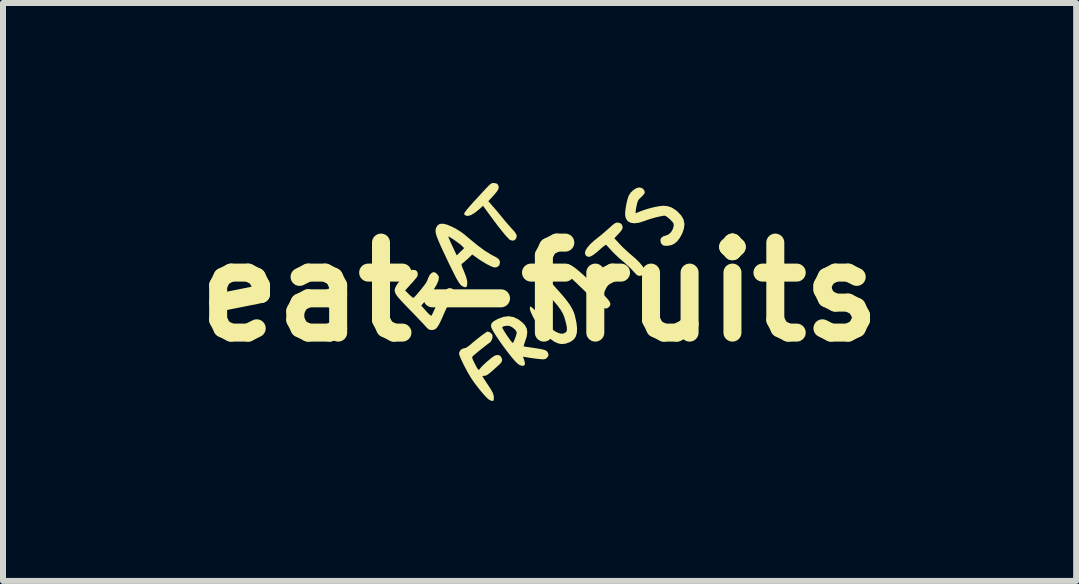
<source format=kicad_pcb>
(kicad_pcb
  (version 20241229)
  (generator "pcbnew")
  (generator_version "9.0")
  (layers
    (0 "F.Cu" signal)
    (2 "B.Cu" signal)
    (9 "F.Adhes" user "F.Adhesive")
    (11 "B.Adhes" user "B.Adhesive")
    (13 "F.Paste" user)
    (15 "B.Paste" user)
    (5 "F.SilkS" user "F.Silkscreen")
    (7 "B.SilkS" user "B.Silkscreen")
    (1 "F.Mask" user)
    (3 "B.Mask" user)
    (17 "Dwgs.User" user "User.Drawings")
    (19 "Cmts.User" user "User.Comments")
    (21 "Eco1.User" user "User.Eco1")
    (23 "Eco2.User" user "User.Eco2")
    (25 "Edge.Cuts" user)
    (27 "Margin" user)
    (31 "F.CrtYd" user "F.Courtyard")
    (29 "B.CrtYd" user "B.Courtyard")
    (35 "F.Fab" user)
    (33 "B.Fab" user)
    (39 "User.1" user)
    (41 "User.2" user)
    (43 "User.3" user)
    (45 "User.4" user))
  (footprint "eat-fruits"
    (layer "F.Cu")
    (at 5.943 1.815)
    (property "Reference" "eat-fruits" (at 0 0 0) (layer "F.SilkS") (effects (font (size 1.5 1.5) (thickness 0.3))))
    (attr board_only exclude_from_pos_files exclude_from_bom)
    (fp_poly (pts (xy 0.507 -0.451) (xy 0.545 -0.431) (xy 0.594 -0.397) (xy 0.655 -0.348) (xy 0.729 -0.283) (xy 0.817 -0.2) (xy 0.921 -0.1) (xy 0.932 -0.089) (xy 1.011 -0.011) (xy 1.073 0.052) (xy 1.119 0.102) (xy 1.152 0.141) (xy 1.171 0.172) (xy 1.18 0.197) (xy 1.178 0.218) (xy 1.168 0.237) (xy 1.156 0.252) (xy 1.123 0.275) (xy 1.087 0.276) (xy 1.044 0.256) (xy 1.007 0.226) (xy 0.979 0.201) (xy 0.937 0.162) (xy 0.885 0.112) (xy 0.826 0.055) (xy 0.763 -0.005) (xy 0.749 -0.018) (xy 0.685 -0.08) (xy 0.623 -0.139) (xy 0.566 -0.193) (xy 0.518 -0.238) (xy 0.484 -0.269) (xy 0.479 -0.273) (xy 0.441 -0.309) (xy 0.419 -0.335) (xy 0.409 -0.358) (xy 0.407 -0.382) (xy 0.413 -0.425) (xy 0.434 -0.449) (xy 0.473 -0.457) (xy 0.478 -0.457)) (stroke (width 0) (type solid)) (fill yes) (layer "F.SilkS"))
    (fp_poly (pts (xy -0.759 -1.815) (xy -0.756 -1.814) (xy -0.72 -1.808) (xy -0.698 -1.792) (xy -0.689 -1.776) (xy -0.681 -1.749) (xy -0.685 -1.72) (xy -0.703 -1.685) (xy -0.737 -1.641) (xy -0.783 -1.589) (xy -0.855 -1.512) (xy -0.779 -1.426) (xy -0.736 -1.376) (xy -0.685 -1.316) (xy -0.637 -1.257) (xy -0.622 -1.239) (xy -0.576 -1.183) (xy -0.524 -1.122) (xy -0.475 -1.067) (xy -0.461 -1.052) (xy -0.419 -1.005) (xy -0.394 -0.969) (xy -0.382 -0.942) (xy -0.381 -0.93) (xy -0.391 -0.889) (xy -0.417 -0.862) (xy -0.453 -0.854) (xy -0.492 -0.866) (xy -0.503 -0.874) (xy -0.535 -0.906) (xy -0.581 -0.957) (xy -0.636 -1.025) (xy -0.701 -1.107) (xy -0.772 -1.202) (xy -0.806 -1.248) (xy -0.943 -1.435) (xy -1.015 -1.37) (xy -1.084 -1.315) (xy -1.144 -1.28) (xy -1.194 -1.266) (xy -1.225 -1.27) (xy -1.249 -1.284) (xy -1.258 -1.298) (xy -1.254 -1.311) (xy -1.242 -1.332) (xy -1.219 -1.363) (xy -1.185 -1.404) (xy -1.137 -1.459) (xy -1.075 -1.528) (xy -0.998 -1.611) (xy -0.936 -1.678) (xy -0.889 -1.729) (xy -0.853 -1.766) (xy -0.827 -1.79) (xy -0.807 -1.805) (xy -0.791 -1.813) (xy -0.776 -1.815)) (stroke (width 0) (type solid)) (fill yes) (layer "F.SilkS"))
    (fp_poly (pts (xy 1.345 -1.146) (xy 1.375 -1.117) (xy 1.385 -1.075) (xy 1.378 -1.047) (xy 1.354 -1.011) (xy 1.315 -0.967) (xy 1.246 -0.894) (xy 1.333 -0.8) (xy 1.385 -0.746) (xy 1.447 -0.688) (xy 1.506 -0.635) (xy 1.52 -0.623) (xy 1.601 -0.554) (xy 1.666 -0.489) (xy 1.714 -0.432) (xy 1.744 -0.385) (xy 1.753 -0.35) (xy 1.743 -0.306) (xy 1.713 -0.277) (xy 1.668 -0.267) (xy 1.645 -0.27) (xy 1.621 -0.283) (xy 1.593 -0.31) (xy 1.561 -0.345) (xy 1.522 -0.387) (xy 1.47 -0.437) (xy 1.414 -0.488) (xy 1.379 -0.518) (xy 1.323 -0.566) (xy 1.266 -0.619) (xy 1.215 -0.67) (xy 1.191 -0.697) (xy 1.156 -0.735) (xy 1.128 -0.765) (xy 1.11 -0.783) (xy 1.107 -0.785) (xy 1.093 -0.779) (xy 1.066 -0.759) (xy 1.031 -0.729) (xy 1.015 -0.715) (xy 0.948 -0.657) (xy 0.895 -0.616) (xy 0.854 -0.592) (xy 0.821 -0.584) (xy 0.793 -0.59) (xy 0.77 -0.609) (xy 0.769 -0.609) (xy 0.755 -0.643) (xy 0.764 -0.686) (xy 0.794 -0.737) (xy 0.845 -0.796) (xy 0.917 -0.861) (xy 0.963 -0.898) (xy 1.022 -0.945) (xy 1.085 -0.998) (xy 1.144 -1.05) (xy 1.166 -1.07) (xy 1.212 -1.111) (xy 1.245 -1.137) (xy 1.271 -1.151) (xy 1.295 -1.156) (xy 1.3 -1.156)) (stroke (width 0) (type solid)) (fill yes) (layer "F.SilkS"))
    (fp_poly (pts (xy 0.149 -0.176) (xy 0.166 -0.17) (xy 0.186 -0.156) (xy 0.212 -0.132) (xy 0.247 -0.095) (xy 0.294 -0.042) (xy 0.325 -0.008) (xy 0.403 0.082) (xy 0.464 0.159) (xy 0.511 0.226) (xy 0.546 0.286) (xy 0.572 0.343) (xy 0.59 0.4) (xy 0.59 0.403) (xy 0.615 0.516) (xy 0.625 0.609) (xy 0.621 0.685) (xy 0.602 0.746) (xy 0.568 0.794) (xy 0.519 0.83) (xy 0.505 0.837) (xy 0.43 0.864) (xy 0.362 0.869) (xy 0.308 0.858) (xy 0.243 0.828) (xy 0.173 0.778) (xy 0.1 0.711) (xy 0.03 0.632) (xy -0.034 0.545) (xy -0.041 0.533) (xy -0.083 0.464) (xy -0.118 0.399) (xy -0.144 0.342) (xy -0.16 0.297) (xy -0.163 0.272) (xy -0.159 0.241) (xy -0.12 0.265) (xy -0.097 0.285) (xy -0.065 0.32) (xy -0.027 0.367) (xy 0.009 0.415) (xy 0.087 0.513) (xy 0.164 0.59) (xy 0.246 0.65) (xy 0.281 0.67) (xy 0.341 0.694) (xy 0.392 0.696) (xy 0.429 0.679) (xy 0.447 0.661) (xy 0.455 0.637) (xy 0.455 0.6) (xy 0.446 0.547) (xy 0.432 0.49) (xy 0.411 0.417) (xy 0.384 0.354) (xy 0.349 0.294) (xy 0.302 0.23) (xy 0.246 0.165) (xy 0.181 0.092) (xy 0.132 0.034) (xy 0.096 -0.011) (xy 0.072 -0.045) (xy 0.058 -0.071) (xy 0.052 -0.092) (xy 0.051 -0.102) (xy 0.061 -0.144) (xy 0.091 -0.17) (xy 0.133 -0.178)) (stroke (width 0) (type solid)) (fill yes) (layer "F.SilkS"))
    (fp_poly (pts (xy 1.705 -1.731) (xy 1.737 -1.705) (xy 1.753 -1.669) (xy 1.754 -1.661) (xy 1.743 -1.633) (xy 1.712 -1.597) (xy 1.695 -1.582) (xy 1.662 -1.55) (xy 1.641 -1.521) (xy 1.628 -1.483) (xy 1.62 -1.449) (xy 1.61 -1.401) (xy 1.604 -1.361) (xy 1.601 -1.338) (xy 1.601 -1.311) (xy 1.678 -1.342) (xy 1.757 -1.371) (xy 1.843 -1.396) (xy 1.927 -1.417) (xy 2.003 -1.43) (xy 2.063 -1.436) (xy 2.065 -1.436) (xy 2.138 -1.428) (xy 2.204 -1.405) (xy 2.27 -1.363) (xy 2.304 -1.334) (xy 2.364 -1.27) (xy 2.4 -1.205) (xy 2.414 -1.135) (xy 2.414 -1.122) (xy 2.404 -1.05) (xy 2.378 -0.974) (xy 2.338 -0.902) (xy 2.291 -0.84) (xy 2.243 -0.801) (xy 2.197 -0.78) (xy 2.142 -0.769) (xy 2.091 -0.768) (xy 2.061 -0.775) (xy 2.035 -0.796) (xy 2.02 -0.821) (xy 2.013 -0.867) (xy 2.028 -0.903) (xy 2.066 -0.929) (xy 2.105 -0.939) (xy 2.151 -0.959) (xy 2.192 -0.997) (xy 2.221 -1.048) (xy 2.233 -1.092) (xy 2.235 -1.121) (xy 2.231 -1.142) (xy 2.217 -1.164) (xy 2.189 -1.193) (xy 2.175 -1.208) (xy 2.139 -1.239) (xy 2.107 -1.262) (xy 2.085 -1.271) (xy 2.084 -1.271) (xy 2.049 -1.267) (xy 1.997 -1.256) (xy 1.933 -1.241) (xy 1.866 -1.222) (xy 1.802 -1.202) (xy 1.748 -1.182) (xy 1.658 -1.153) (xy 1.581 -1.143) (xy 1.518 -1.152) (xy 1.47 -1.178) (xy 1.439 -1.223) (xy 1.427 -1.271) (xy 1.426 -1.32) (xy 1.433 -1.385) (xy 1.445 -1.456) (xy 1.46 -1.526) (xy 1.478 -1.585) (xy 1.489 -1.611) (xy 1.52 -1.657) (xy 1.564 -1.698) (xy 1.612 -1.728) (xy 1.658 -1.741) (xy 1.664 -1.741)) (stroke (width 0) (type solid)) (fill yes) (layer "F.SilkS"))
    (fp_poly (pts (xy -1.548 -1.123) (xy -1.469 -1.09) (xy -1.444 -1.078) (xy -1.386 -1.047) (xy -1.334 -1.015) (xy -1.28 -0.978) (xy -1.221 -0.931) (xy -1.149 -0.87) (xy -1.148 -0.869) (xy -1.029 -0.772) (xy -0.92 -0.691) (xy -0.821 -0.629) (xy -0.781 -0.607) (xy -0.726 -0.578) (xy -0.69 -0.554) (xy -0.67 -0.531) (xy -0.662 -0.506) (xy -0.661 -0.489) (xy -0.671 -0.445) (xy -0.701 -0.417) (xy -0.745 -0.407) (xy -0.776 -0.414) (xy -0.824 -0.434) (xy -0.883 -0.464) (xy -0.948 -0.503) (xy -1.016 -0.547) (xy -1.047 -0.569) (xy -1.122 -0.623) (xy -1.193 -0.555) (xy -1.231 -0.521) (xy -1.264 -0.492) (xy -1.286 -0.476) (xy -1.287 -0.475) (xy -1.297 -0.467) (xy -1.301 -0.456) (xy -1.297 -0.437) (xy -1.286 -0.404) (xy -1.265 -0.355) (xy -1.258 -0.338) (xy -1.225 -0.253) (xy -1.208 -0.188) (xy -1.205 -0.158) (xy -1.208 -0.109) (xy -1.219 -0.083) (xy -1.241 -0.077) (xy -1.276 -0.089) (xy -1.283 -0.092) (xy -1.301 -0.104) (xy -1.319 -0.121) (xy -1.339 -0.147) (xy -1.363 -0.184) (xy -1.391 -0.233) (xy -1.424 -0.298) (xy -1.465 -0.38) (xy -1.515 -0.482) (xy -1.545 -0.546) (xy -1.6 -0.662) (xy -1.644 -0.757) (xy -1.678 -0.834) (xy -1.704 -0.897) (xy -1.713 -0.923) (xy -1.521 -0.923) (xy -1.518 -0.91) (xy -1.505 -0.879) (xy -1.486 -0.834) (xy -1.46 -0.778) (xy -1.453 -0.763) (xy -1.381 -0.609) (xy -1.319 -0.669) (xy -1.258 -0.729) (xy -1.293 -0.766) (xy -1.316 -0.787) (xy -1.35 -0.813) (xy -1.392 -0.843) (xy -1.434 -0.873) (xy -1.473 -0.898) (xy -1.504 -0.916) (xy -1.52 -0.923) (xy -1.521 -0.923) (xy -1.713 -0.923) (xy -1.721 -0.946) (xy -1.731 -0.985) (xy -1.734 -1.017) (xy -1.732 -1.043) (xy -1.725 -1.067) (xy -1.723 -1.071) (xy -1.698 -1.112) (xy -1.661 -1.133) (xy -1.612 -1.137)) (stroke (width 0) (type solid)) (fill yes) (layer "F.SilkS"))
    (fp_poly (pts (xy -0.432 0.42) (xy -0.352 0.459) (xy -0.294 0.503) (xy -0.244 0.555) (xy -0.214 0.61) (xy -0.205 0.67) (xy -0.214 0.742) (xy -0.237 0.813) (xy -0.252 0.856) (xy -0.262 0.889) (xy -0.266 0.906) (xy -0.265 0.907) (xy -0.252 0.91) (xy -0.218 0.916) (xy -0.169 0.923) (xy -0.114 0.931) (xy -0.031 0.944) (xy 0.031 0.955) (xy 0.075 0.965) (xy 0.105 0.977) (xy 0.124 0.991) (xy 0.136 1.009) (xy 0.14 1.018) (xy 0.149 1.048) (xy 0.144 1.071) (xy 0.131 1.09) (xy 0.106 1.114) (xy 0.074 1.123) (xy 0.056 1.124) (xy 0.02 1.121) (xy -0.033 1.116) (xy -0.095 1.108) (xy -0.159 1.099) (xy -0.215 1.09) (xy -0.243 1.085) (xy -0.277 1.079) (xy -0.257 1.134) (xy -0.247 1.172) (xy -0.244 1.203) (xy -0.245 1.211) (xy -0.264 1.23) (xy -0.295 1.232) (xy -0.334 1.218) (xy -0.372 1.191) (xy -0.408 1.154) (xy -0.454 1.102) (xy -0.505 1.039) (xy -0.559 0.968) (xy -0.614 0.894) (xy -0.666 0.82) (xy -0.714 0.749) (xy -0.755 0.685) (xy -0.786 0.632) (xy -0.804 0.594) (xy -0.805 0.591) (xy -0.623 0.591) (xy -0.616 0.609) (xy -0.598 0.641) (xy -0.572 0.683) (xy -0.542 0.728) (xy -0.511 0.773) (xy -0.483 0.812) (xy -0.46 0.84) (xy -0.448 0.851) (xy -0.447 0.851) (xy -0.438 0.84) (xy -0.424 0.812) (xy -0.41 0.778) (xy -0.394 0.734) (xy -0.384 0.697) (xy -0.381 0.677) (xy -0.392 0.65) (xy -0.419 0.619) (xy -0.456 0.59) (xy -0.495 0.57) (xy -0.511 0.565) (xy -0.544 0.564) (xy -0.58 0.569) (xy -0.609 0.578) (xy -0.622 0.59) (xy -0.623 0.591) (xy -0.805 0.591) (xy -0.807 0.584) (xy -0.809 0.548) (xy -0.795 0.517) (xy -0.762 0.487) (xy -0.708 0.457) (xy -0.695 0.45) (xy -0.602 0.416) (xy -0.515 0.405)) (stroke (width 0) (type solid)) (fill yes) (layer "F.SilkS"))
    (fp_poly (pts (xy -0.829 0.672) (xy -0.797 0.701) (xy -0.787 0.719) (xy -0.784 0.759) (xy -0.797 0.802) (xy -0.821 0.838) (xy -0.838 0.851) (xy -0.856 0.863) (xy -0.889 0.888) (xy -0.931 0.921) (xy -0.979 0.959) (xy -1.027 0.998) (xy -1.07 1.034) (xy -1.104 1.063) (xy -1.116 1.074) (xy -1.123 1.086) (xy -1.121 1.105) (xy -1.109 1.136) (xy -1.086 1.183) (xy -1.057 1.24) (xy -1.037 1.276) (xy -1.022 1.295) (xy -1.011 1.299) (xy -1 1.29) (xy -0.991 1.276) (xy -0.967 1.247) (xy -0.928 1.209) (xy -0.882 1.166) (xy -0.833 1.125) (xy -0.788 1.089) (xy -0.751 1.065) (xy -0.74 1.059) (xy -0.694 1.05) (xy -0.658 1.064) (xy -0.636 1.092) (xy -0.623 1.133) (xy -0.634 1.17) (xy -0.664 1.205) (xy -0.734 1.268) (xy -0.788 1.316) (xy -0.829 1.351) (xy -0.86 1.375) (xy -0.883 1.389) (xy -0.901 1.396) (xy -0.916 1.398) (xy -0.916 1.398) (xy -0.942 1.4) (xy -0.953 1.405) (xy -0.946 1.417) (xy -0.928 1.446) (xy -0.902 1.487) (xy -0.879 1.522) (xy -0.834 1.59) (xy -0.802 1.641) (xy -0.781 1.681) (xy -0.769 1.713) (xy -0.763 1.742) (xy -0.762 1.766) (xy -0.764 1.799) (xy -0.772 1.814) (xy -0.791 1.817) (xy -0.791 1.817) (xy -0.82 1.809) (xy -0.852 1.79) (xy -0.854 1.788) (xy -0.893 1.751) (xy -0.942 1.697) (xy -0.995 1.634) (xy -1.05 1.564) (xy -1.101 1.496) (xy -1.143 1.433) (xy -1.15 1.421) (xy -1.187 1.36) (xy -1.225 1.291) (xy -1.262 1.22) (xy -1.294 1.153) (xy -1.321 1.094) (xy -1.337 1.05) (xy -1.341 1.04) (xy -1.338 1.003) (xy -1.317 0.969) (xy -1.285 0.946) (xy -1.259 0.94) (xy -1.221 0.929) (xy -1.173 0.895) (xy -1.164 0.888) (xy -1.11 0.841) (xy -1.053 0.795) (xy -0.998 0.751) (xy -0.948 0.713) (xy -0.906 0.683) (xy -0.878 0.665) (xy -0.867 0.661)) (stroke (width 0) (type solid)) (fill yes) (layer "F.SilkS"))
    (fp_poly (pts (xy -2.062 -0.36) (xy -2.037 -0.334) (xy -2.03 -0.299) (xy -2.031 -0.28) (xy -2.037 -0.262) (xy -2.05 -0.241) (xy -2.073 -0.212) (xy -2.107 -0.171) (xy -2.153 -0.121) (xy -2.241 -0.024) (xy -2.178 0.039) (xy -2.145 0.07) (xy -2.118 0.091) (xy -2.102 0.099) (xy -2.102 0.099) (xy -2.088 0.088) (xy -2.064 0.062) (xy -2.031 0.025) (xy -1.995 -0.019) (xy -1.958 -0.064) (xy -1.925 -0.106) (xy -1.9 -0.14) (xy -1.892 -0.152) (xy -1.874 -0.186) (xy -1.858 -0.228) (xy -1.856 -0.233) (xy -1.833 -0.28) (xy -1.802 -0.314) (xy -1.769 -0.33) (xy -1.763 -0.33) (xy -1.735 -0.32) (xy -1.705 -0.295) (xy -1.684 -0.265) (xy -1.677 -0.242) (xy -1.687 -0.186) (xy -1.718 -0.116) (xy -1.769 -0.031) (xy -1.84 0.067) (xy -1.923 0.17) (xy -1.972 0.228) (xy -1.893 0.318) (xy -1.858 0.356) (xy -1.828 0.383) (xy -1.808 0.397) (xy -1.803 0.398) (xy -1.794 0.383) (xy -1.778 0.349) (xy -1.756 0.302) (xy -1.73 0.247) (xy -1.729 0.245) (xy -1.679 0.137) (xy -1.632 0.053) (xy -1.59 -0.007) (xy -1.55 -0.045) (xy -1.513 -0.062) (xy -1.502 -0.064) (xy -1.457 -0.055) (xy -1.43 -0.03) (xy -1.421 0.008) (xy -1.432 0.056) (xy -1.459 0.104) (xy -1.486 0.146) (xy -1.512 0.192) (xy -1.54 0.247) (xy -1.572 0.315) (xy -1.61 0.401) (xy -1.615 0.413) (xy -1.651 0.493) (xy -1.681 0.552) (xy -1.708 0.592) (xy -1.734 0.618) (xy -1.761 0.631) (xy -1.793 0.635) (xy -1.794 0.635) (xy -1.826 0.633) (xy -1.85 0.623) (xy -1.876 0.601) (xy -1.899 0.575) (xy -1.922 0.55) (xy -1.96 0.509) (xy -2.01 0.457) (xy -2.068 0.396) (xy -2.131 0.331) (xy -2.175 0.286) (xy -2.25 0.208) (xy -2.309 0.145) (xy -2.353 0.096) (xy -2.384 0.056) (xy -2.403 0.023) (xy -2.413 -0.005) (xy -2.415 -0.03) (xy -2.41 -0.056) (xy -2.407 -0.066) (xy -2.387 -0.107) (xy -2.35 -0.16) (xy -2.3 -0.22) (xy -2.239 -0.283) (xy -2.232 -0.289) (xy -2.19 -0.329) (xy -2.158 -0.353) (xy -2.133 -0.365) (xy -2.108 -0.368) (xy -2.106 -0.368)) (stroke (width 0) (type solid)) (fill yes) (layer "F.SilkS")))
  (gr_rect
    (start -3 -3)
    (end 14.886 6.632)
    (stroke (width 0.1) (type default))
    (fill no)
    (layer "Edge.Cuts")))
</source>
